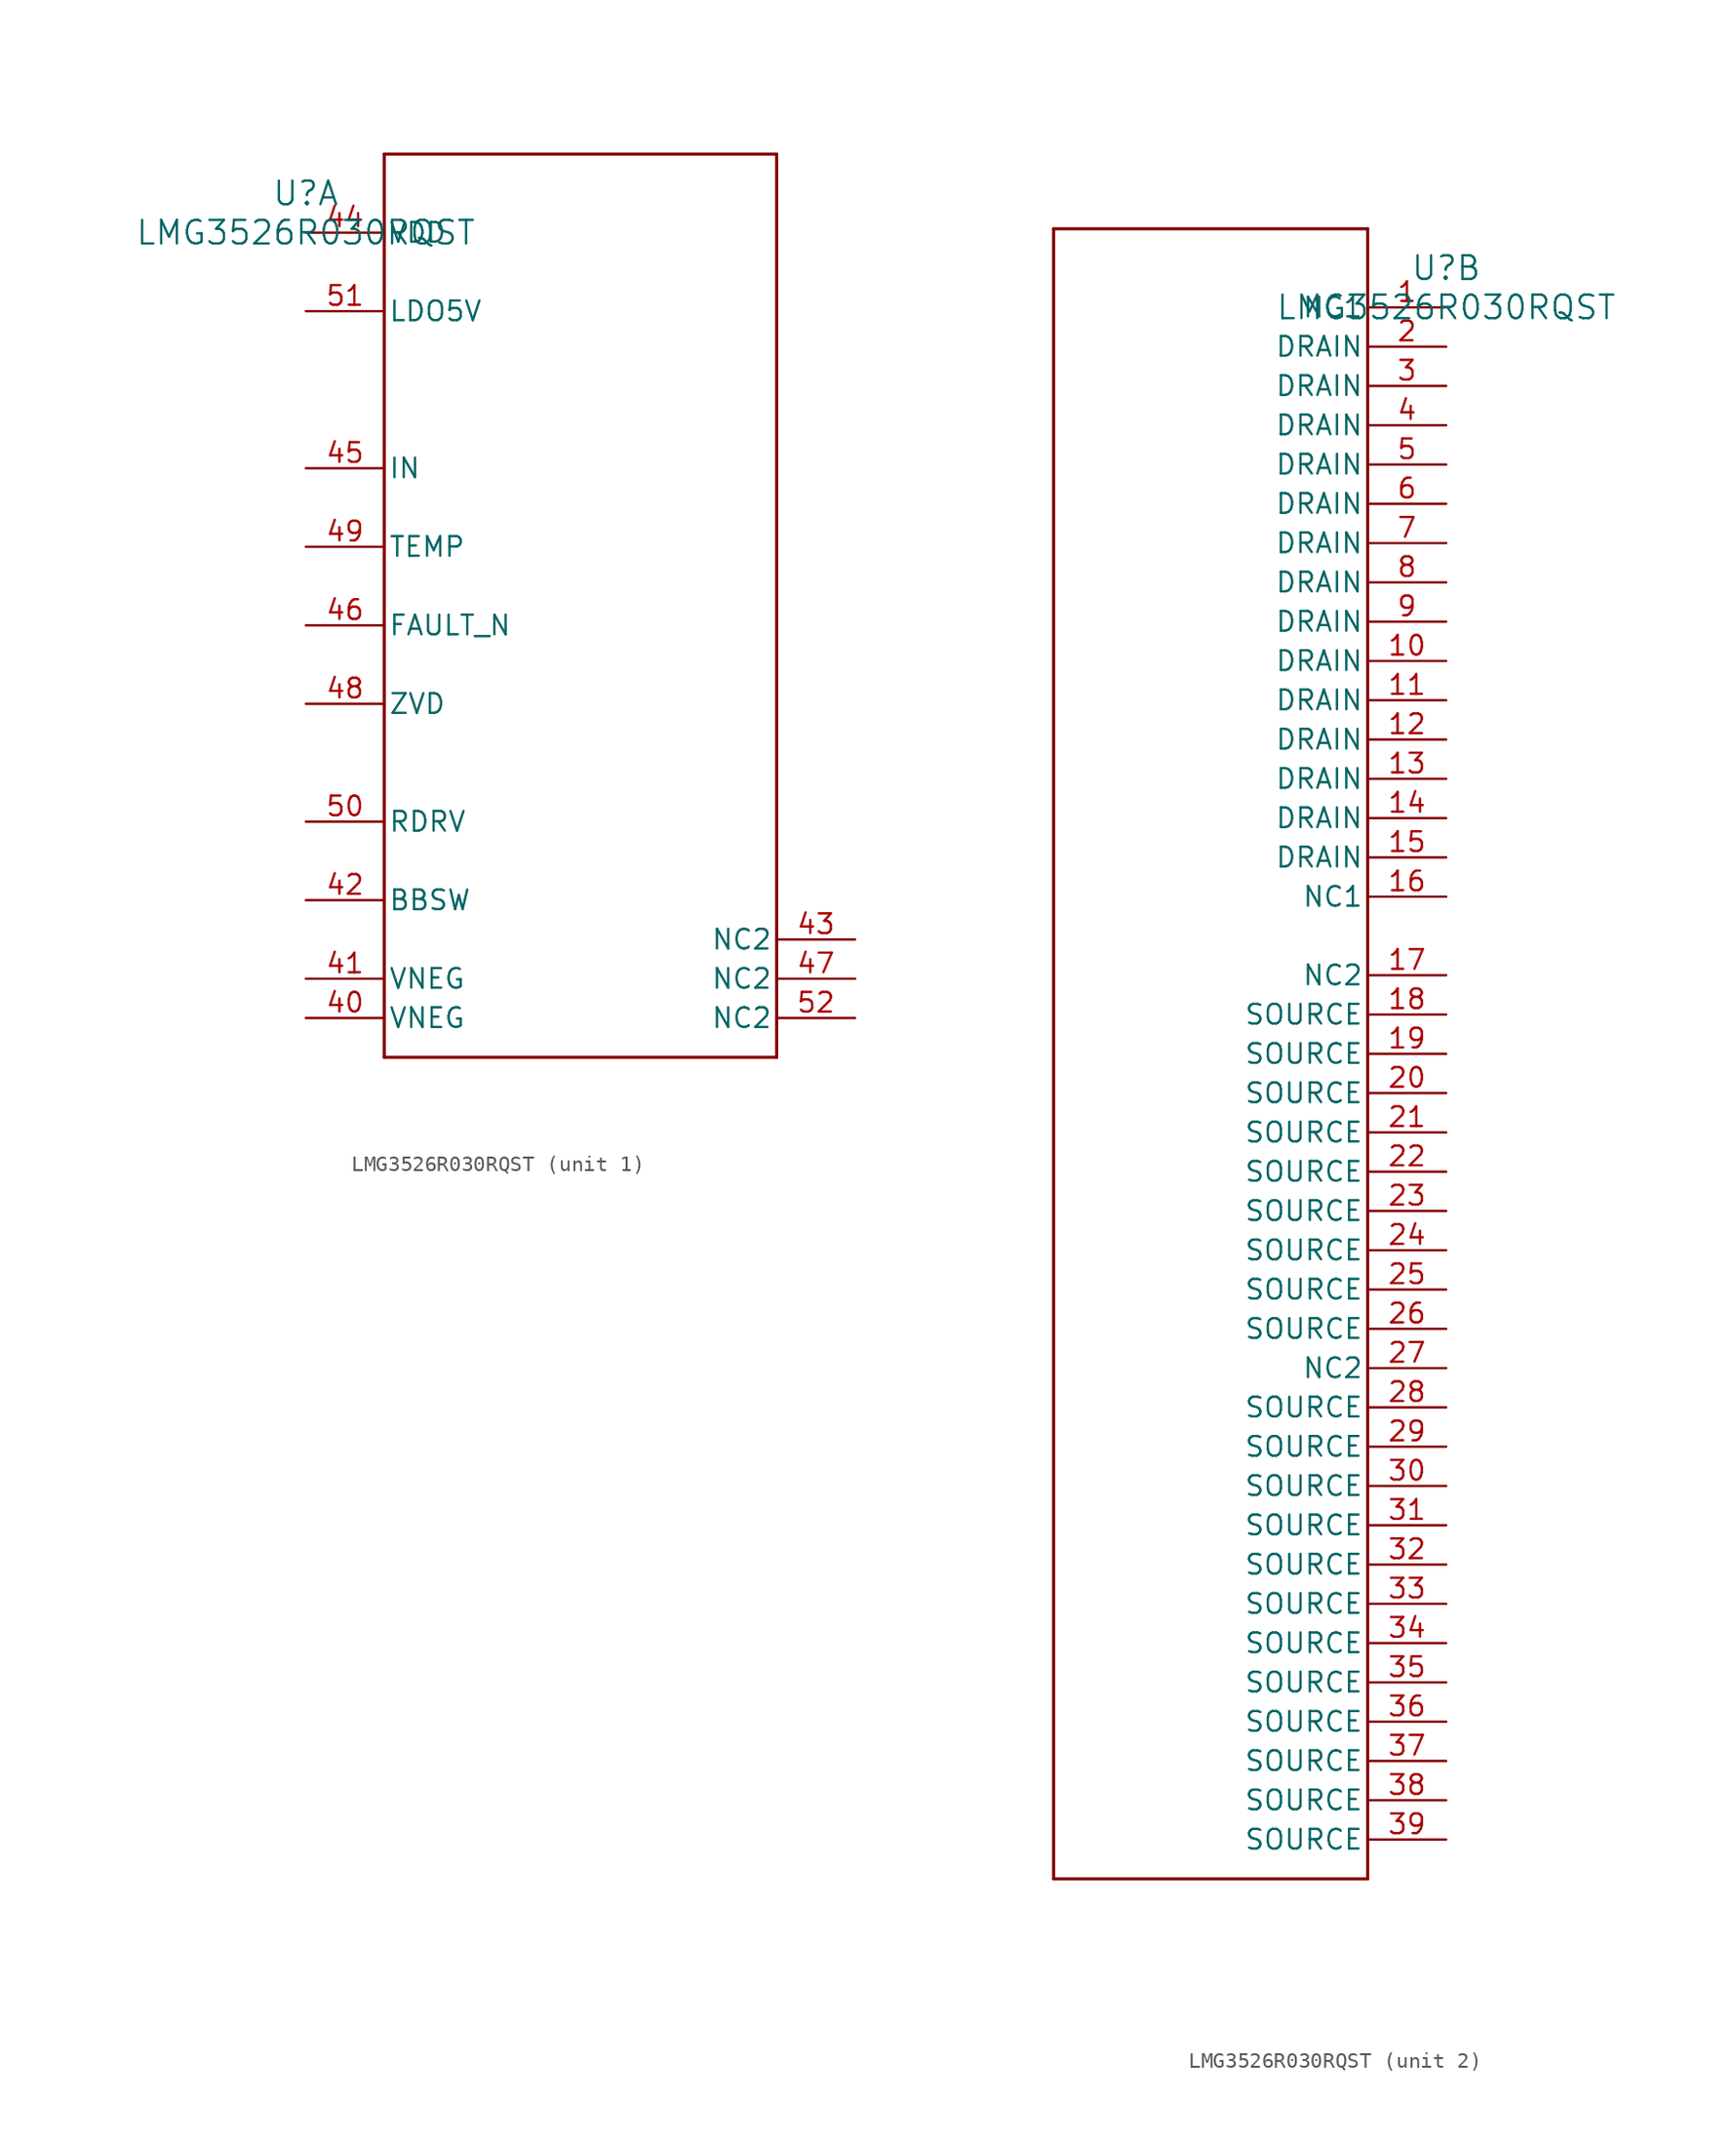
<source format=kicad_sym>
(kicad_symbol_lib
  (version 20211014)
  (generator kicad_symbol_editor)
  (symbol "LMG3526R030RQST"
    (pin_names
      (offset 0.254))
    (property "Reference" "U"
      (at 0 2.54 0)
      (effects (font (size 1.524 1.524))))
    (property "Value" "LMG3526R030RQST"
      (at 0 0 0)
      (effects (font (size 1.524 1.524))))
    (symbol "LMG3526R030RQST_1_1"
      (polyline (pts (xy 5.08 -53.34) (xy 30.48 -53.34)) (stroke (width 0.203) (type default) (color 0 0 0 0)) (fill (type none)))
      (polyline (pts (xy 30.48 -53.34) (xy 30.48 5.08)) (stroke (width 0.203) (type default) (color 0 0 0 0)) (fill (type none)))
      (polyline (pts (xy 30.48 5.08) (xy 5.08 5.08)) (stroke (width 0.203) (type default) (color 0 0 0 0)) (fill (type none)))
      (polyline (pts (xy 5.08 5.08) (xy 5.08 -53.34)) (stroke (width 0.203) (type default) (color 0 0 0 0)) (fill (type none)))
      (pin unspecified line (at 0 -50.8 0) (length 5.08) (name "VNEG" (effects (font (size 1.27 1.27)))) (number "40" (effects (font (size 1.27 1.27)))))
      (pin unspecified line (at 0 -48.26 0) (length 5.08) (name "VNEG" (effects (font (size 1.27 1.27)))) (number "41" (effects (font (size 1.27 1.27)))))
      (pin unspecified line (at 0 -43.18 0) (length 5.08) (name "BBSW" (effects (font (size 1.27 1.27)))) (number "42" (effects (font (size 1.27 1.27)))))
      (pin unspecified line (at 35.56 -45.72 180) (length 5.08) (name "NC2" (effects (font (size 1.27 1.27)))) (number "43" (effects (font (size 1.27 1.27)))))
      (pin power_in line (at 0 0 0) (length 5.08) (name "VDD" (effects (font (size 1.27 1.27)))) (number "44" (effects (font (size 1.27 1.27)))))
      (pin unspecified line (at 0 -15.24 0) (length 5.08) (name "IN" (effects (font (size 1.27 1.27)))) (number "45" (effects (font (size 1.27 1.27)))))
      (pin output line (at 0 -25.4 0) (length 5.08) (name "FAULT_N" (effects (font (size 1.27 1.27)))) (number "46" (effects (font (size 1.27 1.27)))))
      (pin unspecified line (at 35.56 -48.26 180) (length 5.08) (name "NC2" (effects (font (size 1.27 1.27)))) (number "47" (effects (font (size 1.27 1.27)))))
      (pin output line (at 0 -30.48 0) (length 5.08) (name "ZVD" (effects (font (size 1.27 1.27)))) (number "48" (effects (font (size 1.27 1.27)))))
      (pin unspecified line (at 0 -20.32 0) (length 5.08) (name "TEMP" (effects (font (size 1.27 1.27)))) (number "49" (effects (font (size 1.27 1.27)))))
      (pin unspecified line (at 0 -38.1 0) (length 5.08) (name "RDRV" (effects (font (size 1.27 1.27)))) (number "50" (effects (font (size 1.27 1.27)))))
      (pin unspecified line (at 0 -5.08 0) (length 5.08) (name "LDO5V" (effects (font (size 1.27 1.27)))) (number "51" (effects (font (size 1.27 1.27)))))
      (pin unspecified line (at 35.56 -50.8 180) (length 5.08) (name "NC2" (effects (font (size 1.27 1.27)))) (number "52" (effects (font (size 1.27 1.27))))))
    (symbol "LMG3526R030RQST_2_1"
      (polyline (pts (xy -25.4 -101.6) (xy -5.08 -101.6)) (stroke (width 0.203) (type default) (color 0 0 0 0)) (fill (type none)))
      (polyline (pts (xy -5.08 -101.6) (xy -5.08 5.08)) (stroke (width 0.203) (type default) (color 0 0 0 0)) (fill (type none)))
      (polyline (pts (xy -5.08 5.08) (xy -25.4 5.08)) (stroke (width 0.203) (type default) (color 0 0 0 0)) (fill (type none)))
      (polyline (pts (xy -25.4 5.08) (xy -25.4 -101.6)) (stroke (width 0.203) (type default) (color 0 0 0 0)) (fill (type none)))
      (pin unspecified line (at 0 0 180) (length 5.08) (name "NC1" (effects (font (size 1.27 1.27)))) (number "1" (effects (font (size 1.27 1.27)))))
      (pin unspecified line (at 0 -2.54 180) (length 5.08) (name "DRAIN" (effects (font (size 1.27 1.27)))) (number "2" (effects (font (size 1.27 1.27)))))
      (pin unspecified line (at 0 -5.08 180) (length 5.08) (name "DRAIN" (effects (font (size 1.27 1.27)))) (number "3" (effects (font (size 1.27 1.27)))))
      (pin unspecified line (at 0 -7.62 180) (length 5.08) (name "DRAIN" (effects (font (size 1.27 1.27)))) (number "4" (effects (font (size 1.27 1.27)))))
      (pin unspecified line (at 0 -10.16 180) (length 5.08) (name "DRAIN" (effects (font (size 1.27 1.27)))) (number "5" (effects (font (size 1.27 1.27)))))
      (pin unspecified line (at 0 -12.7 180) (length 5.08) (name "DRAIN" (effects (font (size 1.27 1.27)))) (number "6" (effects (font (size 1.27 1.27)))))
      (pin unspecified line (at 0 -15.24 180) (length 5.08) (name "DRAIN" (effects (font (size 1.27 1.27)))) (number "7" (effects (font (size 1.27 1.27)))))
      (pin unspecified line (at 0 -17.78 180) (length 5.08) (name "DRAIN" (effects (font (size 1.27 1.27)))) (number "8" (effects (font (size 1.27 1.27)))))
      (pin unspecified line (at 0 -20.32 180) (length 5.08) (name "DRAIN" (effects (font (size 1.27 1.27)))) (number "9" (effects (font (size 1.27 1.27)))))
      (pin unspecified line (at 0 -22.86 180) (length 5.08) (name "DRAIN" (effects (font (size 1.27 1.27)))) (number "10" (effects (font (size 1.27 1.27)))))
      (pin unspecified line (at 0 -25.4 180) (length 5.08) (name "DRAIN" (effects (font (size 1.27 1.27)))) (number "11" (effects (font (size 1.27 1.27)))))
      (pin unspecified line (at 0 -27.94 180) (length 5.08) (name "DRAIN" (effects (font (size 1.27 1.27)))) (number "12" (effects (font (size 1.27 1.27)))))
      (pin unspecified line (at 0 -30.48 180) (length 5.08) (name "DRAIN" (effects (font (size 1.27 1.27)))) (number "13" (effects (font (size 1.27 1.27)))))
      (pin unspecified line (at 0 -33.02 180) (length 5.08) (name "DRAIN" (effects (font (size 1.27 1.27)))) (number "14" (effects (font (size 1.27 1.27)))))
      (pin unspecified line (at 0 -35.56 180) (length 5.08) (name "DRAIN" (effects (font (size 1.27 1.27)))) (number "15" (effects (font (size 1.27 1.27)))))
      (pin unspecified line (at 0 -38.1 180) (length 5.08) (name "NC1" (effects (font (size 1.27 1.27)))) (number "16" (effects (font (size 1.27 1.27)))))
      (pin unspecified line (at 0 -43.18 180) (length 5.08) (name "NC2" (effects (font (size 1.27 1.27)))) (number "17" (effects (font (size 1.27 1.27)))))
      (pin unspecified line (at 0 -45.72 180) (length 5.08) (name "SOURCE" (effects (font (size 1.27 1.27)))) (number "18" (effects (font (size 1.27 1.27)))))
      (pin unspecified line (at 0 -48.26 180) (length 5.08) (name "SOURCE" (effects (font (size 1.27 1.27)))) (number "19" (effects (font (size 1.27 1.27)))))
      (pin unspecified line (at 0 -50.8 180) (length 5.08) (name "SOURCE" (effects (font (size 1.27 1.27)))) (number "20" (effects (font (size 1.27 1.27)))))
      (pin unspecified line (at 0 -53.34 180) (length 5.08) (name "SOURCE" (effects (font (size 1.27 1.27)))) (number "21" (effects (font (size 1.27 1.27)))))
      (pin unspecified line (at 0 -55.88 180) (length 5.08) (name "SOURCE" (effects (font (size 1.27 1.27)))) (number "22" (effects (font (size 1.27 1.27)))))
      (pin unspecified line (at 0 -58.42 180) (length 5.08) (name "SOURCE" (effects (font (size 1.27 1.27)))) (number "23" (effects (font (size 1.27 1.27)))))
      (pin unspecified line (at 0 -60.96 180) (length 5.08) (name "SOURCE" (effects (font (size 1.27 1.27)))) (number "24" (effects (font (size 1.27 1.27)))))
      (pin unspecified line (at 0 -63.5 180) (length 5.08) (name "SOURCE" (effects (font (size 1.27 1.27)))) (number "25" (effects (font (size 1.27 1.27)))))
      (pin unspecified line (at 0 -66.04 180) (length 5.08) (name "SOURCE" (effects (font (size 1.27 1.27)))) (number "26" (effects (font (size 1.27 1.27)))))
      (pin unspecified line (at 0 -68.58 180) (length 5.08) (name "NC2" (effects (font (size 1.27 1.27)))) (number "27" (effects (font (size 1.27 1.27)))))
      (pin unspecified line (at 0 -71.12 180) (length 5.08) (name "SOURCE" (effects (font (size 1.27 1.27)))) (number "28" (effects (font (size 1.27 1.27)))))
      (pin unspecified line (at 0 -73.66 180) (length 5.08) (name "SOURCE" (effects (font (size 1.27 1.27)))) (number "29" (effects (font (size 1.27 1.27)))))
      (pin unspecified line (at 0 -76.2 180) (length 5.08) (name "SOURCE" (effects (font (size 1.27 1.27)))) (number "30" (effects (font (size 1.27 1.27)))))
      (pin unspecified line (at 0 -78.74 180) (length 5.08) (name "SOURCE" (effects (font (size 1.27 1.27)))) (number "31" (effects (font (size 1.27 1.27)))))
      (pin unspecified line (at 0 -81.28 180) (length 5.08) (name "SOURCE" (effects (font (size 1.27 1.27)))) (number "32" (effects (font (size 1.27 1.27)))))
      (pin unspecified line (at 0 -83.82 180) (length 5.08) (name "SOURCE" (effects (font (size 1.27 1.27)))) (number "33" (effects (font (size 1.27 1.27)))))
      (pin unspecified line (at 0 -86.36 180) (length 5.08) (name "SOURCE" (effects (font (size 1.27 1.27)))) (number "34" (effects (font (size 1.27 1.27)))))
      (pin unspecified line (at 0 -88.9 180) (length 5.08) (name "SOURCE" (effects (font (size 1.27 1.27)))) (number "35" (effects (font (size 1.27 1.27)))))
      (pin unspecified line (at 0 -91.44 180) (length 5.08) (name "SOURCE" (effects (font (size 1.27 1.27)))) (number "36" (effects (font (size 1.27 1.27)))))
      (pin unspecified line (at 0 -93.98 180) (length 5.08) (name "SOURCE" (effects (font (size 1.27 1.27)))) (number "37" (effects (font (size 1.27 1.27)))))
      (pin unspecified line (at 0 -96.52 180) (length 5.08) (name "SOURCE" (effects (font (size 1.27 1.27)))) (number "38" (effects (font (size 1.27 1.27)))))
      (pin unspecified line (at 0 -99.06 180) (length 5.08) (name "SOURCE" (effects (font (size 1.27 1.27)))) (number "39" (effects (font (size 1.27 1.27))))))))
</source>
